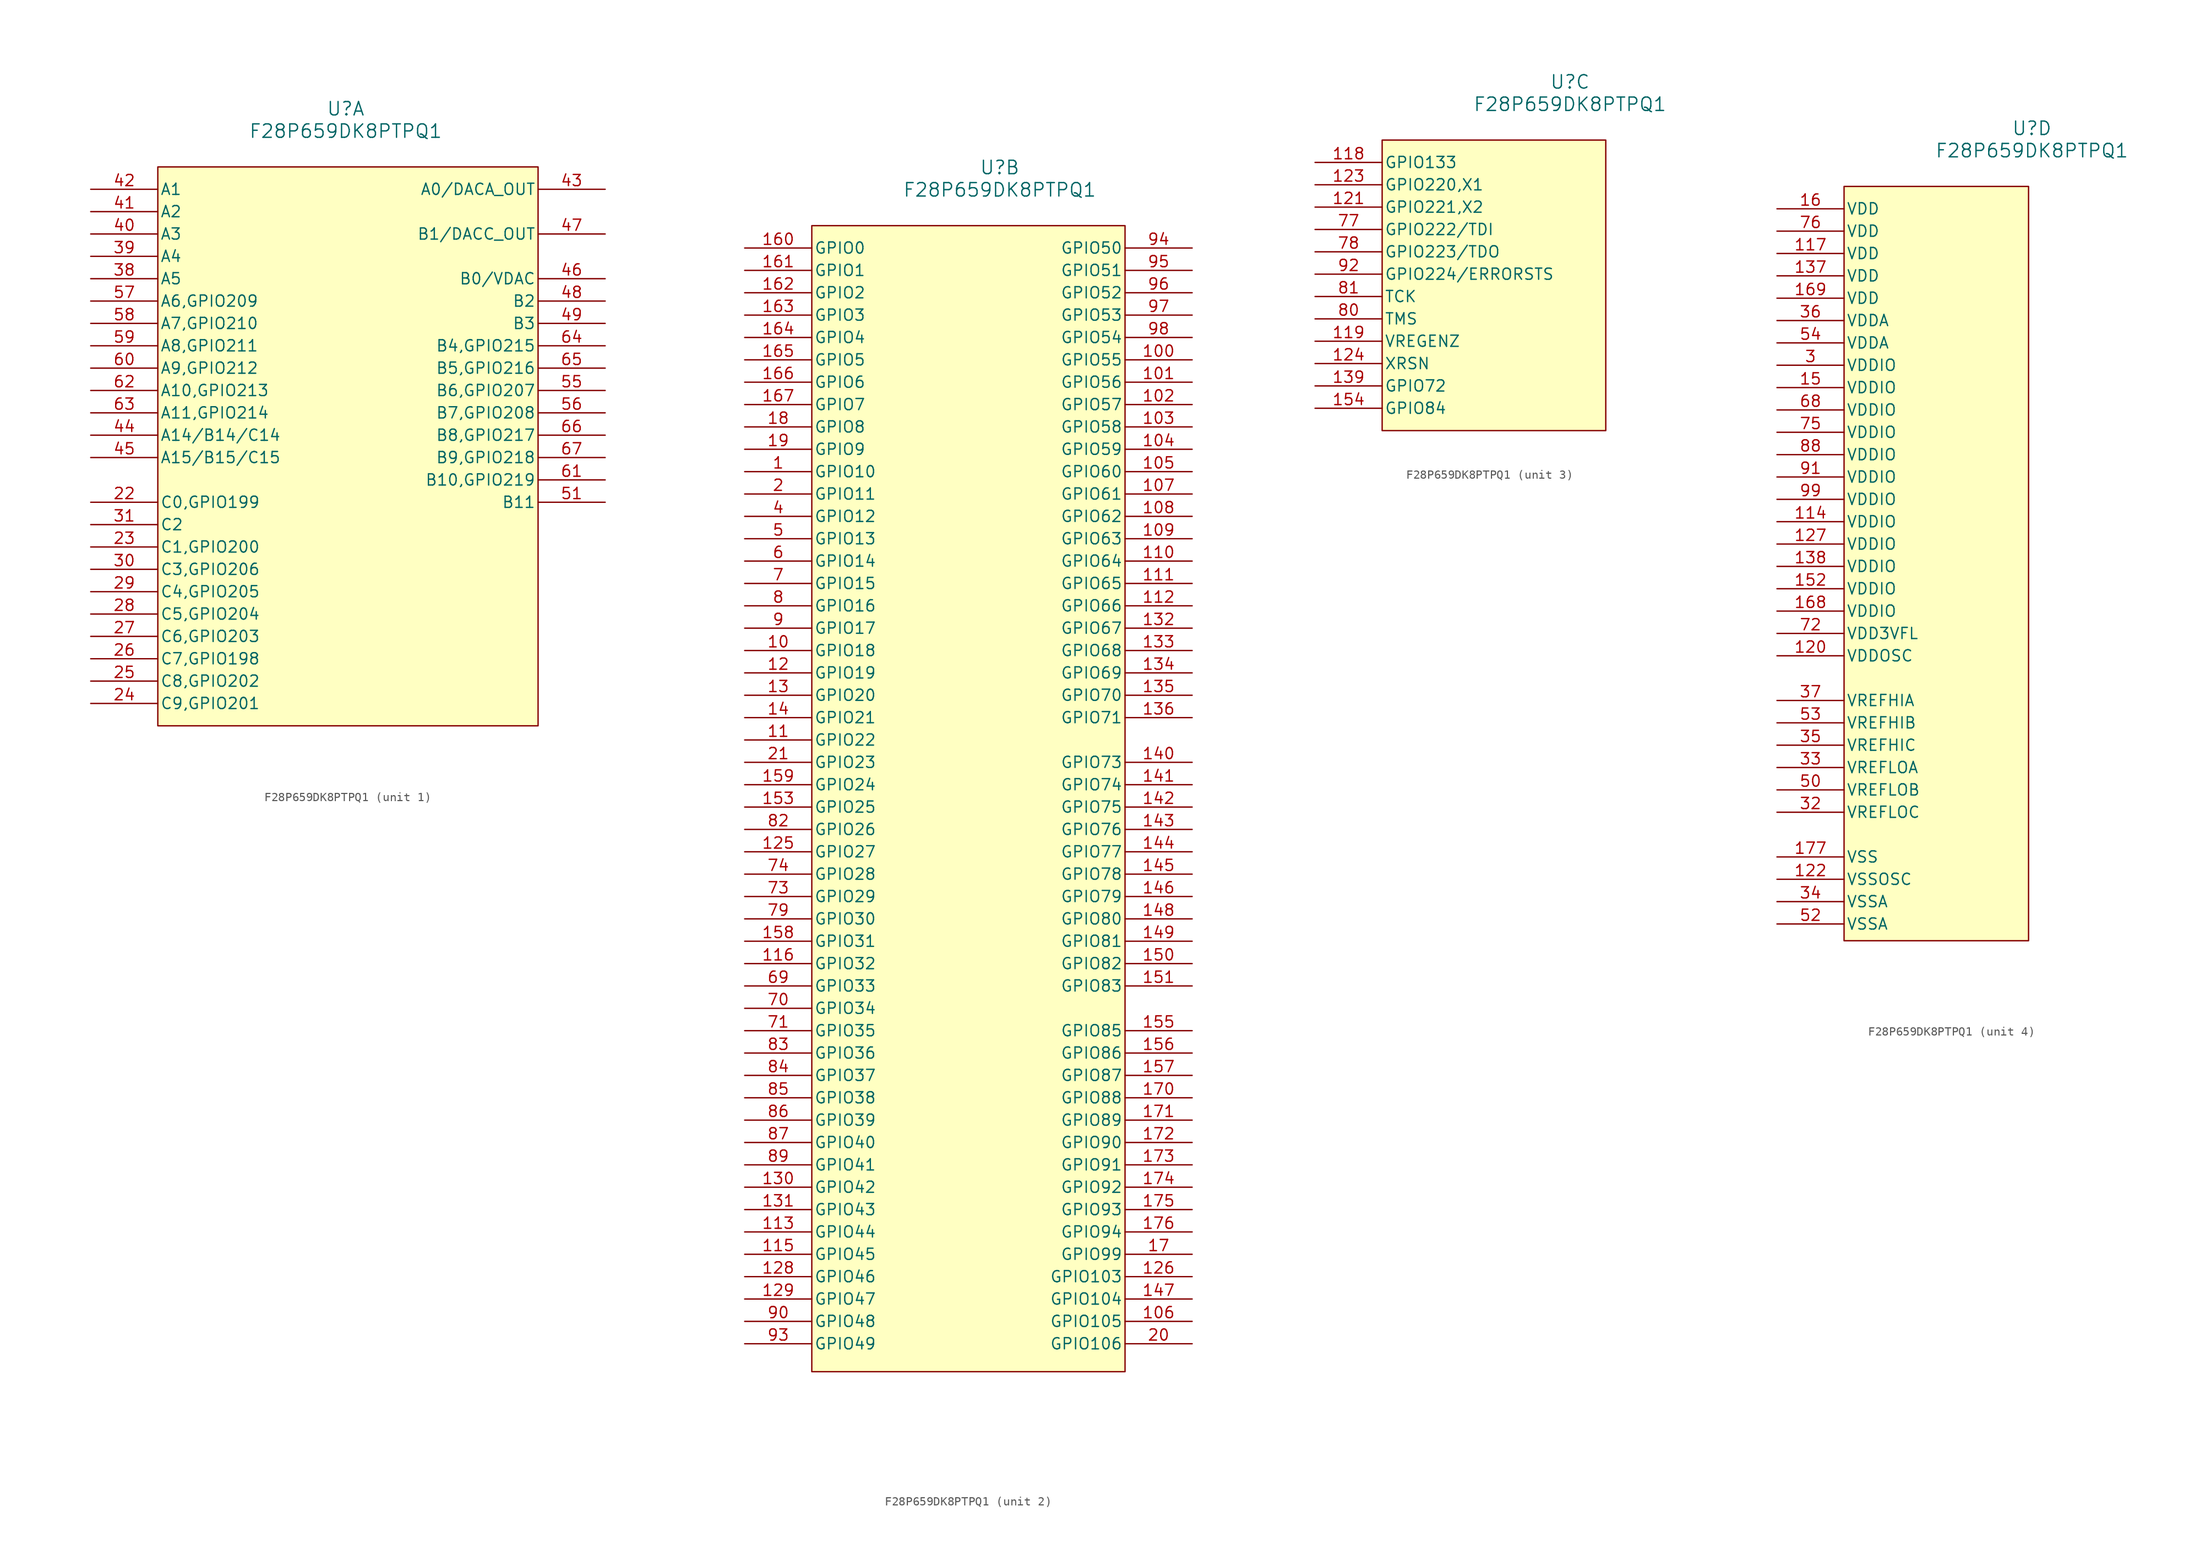
<source format=kicad_sym>
(kicad_symbol_lib
  (version 20231120)
  (generator "kicad_symbol_editor")
  (generator_version "8.0")
  (symbol "F28P659DK8PTPQ1"
    (pin_names
      (offset 0.254))
    (property "Reference" "U"
      (at 28.956 9.144 0)
      (effects (font (size 1.524 1.524))))
    (property "Value" "F28P659DK8PTPQ1"
      (at 28.956 6.604 0)
      (effects (font (size 1.524 1.524))))
    (property "ki_locked" ""
      (at 0 0 0)
      (effects (font (size 1.27 1.27))))
    (symbol "F28P659DK8PTPQ1_1_1"
      (rectangle (start 7.62 2.54) (end 50.8 -60.96) (stroke (width 0) (type default)) (fill (type background)))
      (pin bidirectional line (at 0 -35.56 0) (length 7.62) (name "C0,GPIO199" (effects (font (size 1.27 1.27)))) (number "22" (effects (font (size 1.27 1.27)))))
      (pin bidirectional line (at 0 -40.64 0) (length 7.62) (name "C1,GPIO200" (effects (font (size 1.27 1.27)))) (number "23" (effects (font (size 1.27 1.27)))))
      (pin bidirectional line (at 0 -58.42 0) (length 7.62) (name "C9,GPIO201" (effects (font (size 1.27 1.27)))) (number "24" (effects (font (size 1.27 1.27)))))
      (pin bidirectional line (at 0 -55.88 0) (length 7.62) (name "C8,GPIO202" (effects (font (size 1.27 1.27)))) (number "25" (effects (font (size 1.27 1.27)))))
      (pin bidirectional line (at 0 -53.34 0) (length 7.62) (name "C7,GPIO198" (effects (font (size 1.27 1.27)))) (number "26" (effects (font (size 1.27 1.27)))))
      (pin bidirectional line (at 0 -50.8 0) (length 7.62) (name "C6,GPIO203" (effects (font (size 1.27 1.27)))) (number "27" (effects (font (size 1.27 1.27)))))
      (pin bidirectional line (at 0 -48.26 0) (length 7.62) (name "C5,GPIO204" (effects (font (size 1.27 1.27)))) (number "28" (effects (font (size 1.27 1.27)))))
      (pin bidirectional line (at 0 -45.72 0) (length 7.62) (name "C4,GPIO205" (effects (font (size 1.27 1.27)))) (number "29" (effects (font (size 1.27 1.27)))))
      (pin bidirectional line (at 0 -43.18 0) (length 7.62) (name "C3,GPIO206" (effects (font (size 1.27 1.27)))) (number "30" (effects (font (size 1.27 1.27)))))
      (pin bidirectional line (at 0 -38.1 0) (length 7.62) (name "C2" (effects (font (size 1.27 1.27)))) (number "31" (effects (font (size 1.27 1.27)))))
      (pin bidirectional line (at 0 -10.16 0) (length 7.62) (name "A5" (effects (font (size 1.27 1.27)))) (number "38" (effects (font (size 1.27 1.27)))))
      (pin bidirectional line (at 0 -7.62 0) (length 7.62) (name "A4" (effects (font (size 1.27 1.27)))) (number "39" (effects (font (size 1.27 1.27)))))
      (pin bidirectional line (at 0 -5.08 0) (length 7.62) (name "A3" (effects (font (size 1.27 1.27)))) (number "40" (effects (font (size 1.27 1.27)))))
      (pin bidirectional line (at 0 -2.54 0) (length 7.62) (name "A2" (effects (font (size 1.27 1.27)))) (number "41" (effects (font (size 1.27 1.27)))))
      (pin bidirectional line (at 0 0 0) (length 7.62) (name "A1" (effects (font (size 1.27 1.27)))) (number "42" (effects (font (size 1.27 1.27)))))
      (pin bidirectional line (at 58.42 0 180) (length 7.62) (name "A0/DACA_OUT" (effects (font (size 1.27 1.27)))) (number "43" (effects (font (size 1.27 1.27)))))
      (pin bidirectional line (at 0 -27.94 0) (length 7.62) (name "A14/B14/C14" (effects (font (size 1.27 1.27)))) (number "44" (effects (font (size 1.27 1.27)))))
      (pin bidirectional line (at 0 -30.48 0) (length 7.62) (name "A15/B15/C15" (effects (font (size 1.27 1.27)))) (number "45" (effects (font (size 1.27 1.27)))))
      (pin bidirectional line (at 58.42 -10.16 180) (length 7.62) (name "B0/VDAC" (effects (font (size 1.27 1.27)))) (number "46" (effects (font (size 1.27 1.27)))))
      (pin bidirectional line (at 58.42 -5.08 180) (length 7.62) (name "B1/DACC_OUT" (effects (font (size 1.27 1.27)))) (number "47" (effects (font (size 1.27 1.27)))))
      (pin bidirectional line (at 58.42 -12.7 180) (length 7.62) (name "B2" (effects (font (size 1.27 1.27)))) (number "48" (effects (font (size 1.27 1.27)))))
      (pin bidirectional line (at 58.42 -15.24 180) (length 7.62) (name "B3" (effects (font (size 1.27 1.27)))) (number "49" (effects (font (size 1.27 1.27)))))
      (pin bidirectional line (at 58.42 -35.56 180) (length 7.62) (name "B11" (effects (font (size 1.27 1.27)))) (number "51" (effects (font (size 1.27 1.27)))))
      (pin bidirectional line (at 58.42 -22.86 180) (length 7.62) (name "B6,GPIO207" (effects (font (size 1.27 1.27)))) (number "55" (effects (font (size 1.27 1.27)))))
      (pin bidirectional line (at 58.42 -25.4 180) (length 7.62) (name "B7,GPIO208" (effects (font (size 1.27 1.27)))) (number "56" (effects (font (size 1.27 1.27)))))
      (pin bidirectional line (at 0 -12.7 0) (length 7.62) (name "A6,GPIO209" (effects (font (size 1.27 1.27)))) (number "57" (effects (font (size 1.27 1.27)))))
      (pin bidirectional line (at 0 -15.24 0) (length 7.62) (name "A7,GPIO210" (effects (font (size 1.27 1.27)))) (number "58" (effects (font (size 1.27 1.27)))))
      (pin bidirectional line (at 0 -17.78 0) (length 7.62) (name "A8,GPIO211" (effects (font (size 1.27 1.27)))) (number "59" (effects (font (size 1.27 1.27)))))
      (pin bidirectional line (at 0 -20.32 0) (length 7.62) (name "A9,GPIO212" (effects (font (size 1.27 1.27)))) (number "60" (effects (font (size 1.27 1.27)))))
      (pin bidirectional line (at 58.42 -33.02 180) (length 7.62) (name "B10,GPIO219" (effects (font (size 1.27 1.27)))) (number "61" (effects (font (size 1.27 1.27)))))
      (pin bidirectional line (at 0 -22.86 0) (length 7.62) (name "A10,GPIO213" (effects (font (size 1.27 1.27)))) (number "62" (effects (font (size 1.27 1.27)))))
      (pin bidirectional line (at 0 -25.4 0) (length 7.62) (name "A11,GPIO214" (effects (font (size 1.27 1.27)))) (number "63" (effects (font (size 1.27 1.27)))))
      (pin bidirectional line (at 58.42 -17.78 180) (length 7.62) (name "B4,GPIO215" (effects (font (size 1.27 1.27)))) (number "64" (effects (font (size 1.27 1.27)))))
      (pin bidirectional line (at 58.42 -20.32 180) (length 7.62) (name "B5,GPIO216" (effects (font (size 1.27 1.27)))) (number "65" (effects (font (size 1.27 1.27)))))
      (pin bidirectional line (at 58.42 -27.94 180) (length 7.62) (name "B8,GPIO217" (effects (font (size 1.27 1.27)))) (number "66" (effects (font (size 1.27 1.27)))))
      (pin bidirectional line (at 58.42 -30.48 180) (length 7.62) (name "B9,GPIO218" (effects (font (size 1.27 1.27)))) (number "67" (effects (font (size 1.27 1.27))))))
    (symbol "F28P659DK8PTPQ1_2_1"
      (rectangle (start 7.62 2.54) (end 43.18 -127.635) (stroke (width 0) (type default)) (fill (type background)))
      (pin bidirectional line (at 0 -25.4 0) (length 7.62) (name "GPIO10" (effects (font (size 1.27 1.27)))) (number "1" (effects (font (size 1.27 1.27)))))
      (pin bidirectional line (at 0 -45.72 0) (length 7.62) (name "GPIO18" (effects (font (size 1.27 1.27)))) (number "10" (effects (font (size 1.27 1.27)))))
      (pin bidirectional line (at 50.8 -12.7 180) (length 7.62) (name "GPIO55" (effects (font (size 1.27 1.27)))) (number "100" (effects (font (size 1.27 1.27)))))
      (pin bidirectional line (at 50.8 -15.24 180) (length 7.62) (name "GPIO56" (effects (font (size 1.27 1.27)))) (number "101" (effects (font (size 1.27 1.27)))))
      (pin bidirectional line (at 50.8 -17.78 180) (length 7.62) (name "GPIO57" (effects (font (size 1.27 1.27)))) (number "102" (effects (font (size 1.27 1.27)))))
      (pin bidirectional line (at 50.8 -20.32 180) (length 7.62) (name "GPIO58" (effects (font (size 1.27 1.27)))) (number "103" (effects (font (size 1.27 1.27)))))
      (pin bidirectional line (at 50.8 -22.86 180) (length 7.62) (name "GPIO59" (effects (font (size 1.27 1.27)))) (number "104" (effects (font (size 1.27 1.27)))))
      (pin bidirectional line (at 50.8 -25.4 180) (length 7.62) (name "GPIO60" (effects (font (size 1.27 1.27)))) (number "105" (effects (font (size 1.27 1.27)))))
      (pin bidirectional line (at 50.8 -121.92 180) (length 7.62) (name "GPIO105" (effects (font (size 1.27 1.27)))) (number "106" (effects (font (size 1.27 1.27)))))
      (pin bidirectional line (at 50.8 -27.94 180) (length 7.62) (name "GPIO61" (effects (font (size 1.27 1.27)))) (number "107" (effects (font (size 1.27 1.27)))))
      (pin bidirectional line (at 50.8 -30.48 180) (length 7.62) (name "GPIO62" (effects (font (size 1.27 1.27)))) (number "108" (effects (font (size 1.27 1.27)))))
      (pin bidirectional line (at 50.8 -33.02 180) (length 7.62) (name "GPIO63" (effects (font (size 1.27 1.27)))) (number "109" (effects (font (size 1.27 1.27)))))
      (pin bidirectional line (at 0 -55.88 0) (length 7.62) (name "GPIO22" (effects (font (size 1.27 1.27)))) (number "11" (effects (font (size 1.27 1.27)))))
      (pin bidirectional line (at 50.8 -35.56 180) (length 7.62) (name "GPIO64" (effects (font (size 1.27 1.27)))) (number "110" (effects (font (size 1.27 1.27)))))
      (pin bidirectional line (at 50.8 -38.1 180) (length 7.62) (name "GPIO65" (effects (font (size 1.27 1.27)))) (number "111" (effects (font (size 1.27 1.27)))))
      (pin bidirectional line (at 50.8 -40.64 180) (length 7.62) (name "GPIO66" (effects (font (size 1.27 1.27)))) (number "112" (effects (font (size 1.27 1.27)))))
      (pin bidirectional line (at 0 -111.76 0) (length 7.62) (name "GPIO44" (effects (font (size 1.27 1.27)))) (number "113" (effects (font (size 1.27 1.27)))))
      (pin bidirectional line (at 0 -114.3 0) (length 7.62) (name "GPIO45" (effects (font (size 1.27 1.27)))) (number "115" (effects (font (size 1.27 1.27)))))
      (pin bidirectional line (at 0 -81.28 0) (length 7.62) (name "GPIO32" (effects (font (size 1.27 1.27)))) (number "116" (effects (font (size 1.27 1.27)))))
      (pin bidirectional line (at 0 -48.26 0) (length 7.62) (name "GPIO19" (effects (font (size 1.27 1.27)))) (number "12" (effects (font (size 1.27 1.27)))))
      (pin bidirectional line (at 0 -68.58 0) (length 7.62) (name "GPIO27" (effects (font (size 1.27 1.27)))) (number "125" (effects (font (size 1.27 1.27)))))
      (pin bidirectional line (at 50.8 -116.84 180) (length 7.62) (name "GPIO103" (effects (font (size 1.27 1.27)))) (number "126" (effects (font (size 1.27 1.27)))))
      (pin bidirectional line (at 0 -116.84 0) (length 7.62) (name "GPIO46" (effects (font (size 1.27 1.27)))) (number "128" (effects (font (size 1.27 1.27)))))
      (pin bidirectional line (at 0 -119.38 0) (length 7.62) (name "GPIO47" (effects (font (size 1.27 1.27)))) (number "129" (effects (font (size 1.27 1.27)))))
      (pin bidirectional line (at 0 -50.8 0) (length 7.62) (name "GPIO20" (effects (font (size 1.27 1.27)))) (number "13" (effects (font (size 1.27 1.27)))))
      (pin bidirectional line (at 0 -106.68 0) (length 7.62) (name "GPIO42" (effects (font (size 1.27 1.27)))) (number "130" (effects (font (size 1.27 1.27)))))
      (pin bidirectional line (at 0 -109.22 0) (length 7.62) (name "GPIO43" (effects (font (size 1.27 1.27)))) (number "131" (effects (font (size 1.27 1.27)))))
      (pin bidirectional line (at 50.8 -43.18 180) (length 7.62) (name "GPIO67" (effects (font (size 1.27 1.27)))) (number "132" (effects (font (size 1.27 1.27)))))
      (pin bidirectional line (at 50.8 -45.72 180) (length 7.62) (name "GPIO68" (effects (font (size 1.27 1.27)))) (number "133" (effects (font (size 1.27 1.27)))))
      (pin bidirectional line (at 50.8 -48.26 180) (length 7.62) (name "GPIO69" (effects (font (size 1.27 1.27)))) (number "134" (effects (font (size 1.27 1.27)))))
      (pin bidirectional line (at 50.8 -50.8 180) (length 7.62) (name "GPIO70" (effects (font (size 1.27 1.27)))) (number "135" (effects (font (size 1.27 1.27)))))
      (pin bidirectional line (at 50.8 -53.34 180) (length 7.62) (name "GPIO71" (effects (font (size 1.27 1.27)))) (number "136" (effects (font (size 1.27 1.27)))))
      (pin bidirectional line (at 0 -53.34 0) (length 7.62) (name "GPIO21" (effects (font (size 1.27 1.27)))) (number "14" (effects (font (size 1.27 1.27)))))
      (pin bidirectional line (at 50.8 -58.42 180) (length 7.62) (name "GPIO73" (effects (font (size 1.27 1.27)))) (number "140" (effects (font (size 1.27 1.27)))))
      (pin bidirectional line (at 50.8 -60.96 180) (length 7.62) (name "GPIO74" (effects (font (size 1.27 1.27)))) (number "141" (effects (font (size 1.27 1.27)))))
      (pin bidirectional line (at 50.8 -63.5 180) (length 7.62) (name "GPIO75" (effects (font (size 1.27 1.27)))) (number "142" (effects (font (size 1.27 1.27)))))
      (pin bidirectional line (at 50.8 -66.04 180) (length 7.62) (name "GPIO76" (effects (font (size 1.27 1.27)))) (number "143" (effects (font (size 1.27 1.27)))))
      (pin bidirectional line (at 50.8 -68.58 180) (length 7.62) (name "GPIO77" (effects (font (size 1.27 1.27)))) (number "144" (effects (font (size 1.27 1.27)))))
      (pin bidirectional line (at 50.8 -71.12 180) (length 7.62) (name "GPIO78" (effects (font (size 1.27 1.27)))) (number "145" (effects (font (size 1.27 1.27)))))
      (pin bidirectional line (at 50.8 -73.66 180) (length 7.62) (name "GPIO79" (effects (font (size 1.27 1.27)))) (number "146" (effects (font (size 1.27 1.27)))))
      (pin bidirectional line (at 50.8 -119.38 180) (length 7.62) (name "GPIO104" (effects (font (size 1.27 1.27)))) (number "147" (effects (font (size 1.27 1.27)))))
      (pin bidirectional line (at 50.8 -76.2 180) (length 7.62) (name "GPIO80" (effects (font (size 1.27 1.27)))) (number "148" (effects (font (size 1.27 1.27)))))
      (pin bidirectional line (at 50.8 -78.74 180) (length 7.62) (name "GPIO81" (effects (font (size 1.27 1.27)))) (number "149" (effects (font (size 1.27 1.27)))))
      (pin bidirectional line (at 50.8 -81.28 180) (length 7.62) (name "GPIO82" (effects (font (size 1.27 1.27)))) (number "150" (effects (font (size 1.27 1.27)))))
      (pin bidirectional line (at 50.8 -83.82 180) (length 7.62) (name "GPIO83" (effects (font (size 1.27 1.27)))) (number "151" (effects (font (size 1.27 1.27)))))
      (pin bidirectional line (at 0 -63.5 0) (length 7.62) (name "GPIO25" (effects (font (size 1.27 1.27)))) (number "153" (effects (font (size 1.27 1.27)))))
      (pin bidirectional line (at 50.8 -88.9 180) (length 7.62) (name "GPIO85" (effects (font (size 1.27 1.27)))) (number "155" (effects (font (size 1.27 1.27)))))
      (pin bidirectional line (at 50.8 -91.44 180) (length 7.62) (name "GPIO86" (effects (font (size 1.27 1.27)))) (number "156" (effects (font (size 1.27 1.27)))))
      (pin bidirectional line (at 50.8 -93.98 180) (length 7.62) (name "GPIO87" (effects (font (size 1.27 1.27)))) (number "157" (effects (font (size 1.27 1.27)))))
      (pin bidirectional line (at 0 -78.74 0) (length 7.62) (name "GPIO31" (effects (font (size 1.27 1.27)))) (number "158" (effects (font (size 1.27 1.27)))))
      (pin bidirectional line (at 0 -60.96 0) (length 7.62) (name "GPIO24" (effects (font (size 1.27 1.27)))) (number "159" (effects (font (size 1.27 1.27)))))
      (pin bidirectional line (at 0 0 0) (length 7.62) (name "GPIO0" (effects (font (size 1.27 1.27)))) (number "160" (effects (font (size 1.27 1.27)))))
      (pin bidirectional line (at 0 -2.54 0) (length 7.62) (name "GPIO1" (effects (font (size 1.27 1.27)))) (number "161" (effects (font (size 1.27 1.27)))))
      (pin bidirectional line (at 0 -5.08 0) (length 7.62) (name "GPIO2" (effects (font (size 1.27 1.27)))) (number "162" (effects (font (size 1.27 1.27)))))
      (pin bidirectional line (at 0 -7.62 0) (length 7.62) (name "GPIO3" (effects (font (size 1.27 1.27)))) (number "163" (effects (font (size 1.27 1.27)))))
      (pin bidirectional line (at 0 -10.16 0) (length 7.62) (name "GPIO4" (effects (font (size 1.27 1.27)))) (number "164" (effects (font (size 1.27 1.27)))))
      (pin bidirectional line (at 0 -12.7 0) (length 7.62) (name "GPIO5" (effects (font (size 1.27 1.27)))) (number "165" (effects (font (size 1.27 1.27)))))
      (pin bidirectional line (at 0 -15.24 0) (length 7.62) (name "GPIO6" (effects (font (size 1.27 1.27)))) (number "166" (effects (font (size 1.27 1.27)))))
      (pin bidirectional line (at 0 -17.78 0) (length 7.62) (name "GPIO7" (effects (font (size 1.27 1.27)))) (number "167" (effects (font (size 1.27 1.27)))))
      (pin bidirectional line (at 50.8 -114.3 180) (length 7.62) (name "GPIO99" (effects (font (size 1.27 1.27)))) (number "17" (effects (font (size 1.27 1.27)))))
      (pin bidirectional line (at 50.8 -96.52 180) (length 7.62) (name "GPIO88" (effects (font (size 1.27 1.27)))) (number "170" (effects (font (size 1.27 1.27)))))
      (pin bidirectional line (at 50.8 -99.06 180) (length 7.62) (name "GPIO89" (effects (font (size 1.27 1.27)))) (number "171" (effects (font (size 1.27 1.27)))))
      (pin bidirectional line (at 50.8 -101.6 180) (length 7.62) (name "GPIO90" (effects (font (size 1.27 1.27)))) (number "172" (effects (font (size 1.27 1.27)))))
      (pin bidirectional line (at 50.8 -104.14 180) (length 7.62) (name "GPIO91" (effects (font (size 1.27 1.27)))) (number "173" (effects (font (size 1.27 1.27)))))
      (pin bidirectional line (at 50.8 -106.68 180) (length 7.62) (name "GPIO92" (effects (font (size 1.27 1.27)))) (number "174" (effects (font (size 1.27 1.27)))))
      (pin bidirectional line (at 50.8 -109.22 180) (length 7.62) (name "GPIO93" (effects (font (size 1.27 1.27)))) (number "175" (effects (font (size 1.27 1.27)))))
      (pin bidirectional line (at 50.8 -111.76 180) (length 7.62) (name "GPIO94" (effects (font (size 1.27 1.27)))) (number "176" (effects (font (size 1.27 1.27)))))
      (pin bidirectional line (at 0 -20.32 0) (length 7.62) (name "GPIO8" (effects (font (size 1.27 1.27)))) (number "18" (effects (font (size 1.27 1.27)))))
      (pin bidirectional line (at 0 -22.86 0) (length 7.62) (name "GPIO9" (effects (font (size 1.27 1.27)))) (number "19" (effects (font (size 1.27 1.27)))))
      (pin bidirectional line (at 0 -27.94 0) (length 7.62) (name "GPIO11" (effects (font (size 1.27 1.27)))) (number "2" (effects (font (size 1.27 1.27)))))
      (pin bidirectional line (at 50.8 -124.46 180) (length 7.62) (name "GPIO106" (effects (font (size 1.27 1.27)))) (number "20" (effects (font (size 1.27 1.27)))))
      (pin bidirectional line (at 0 -58.42 0) (length 7.62) (name "GPIO23" (effects (font (size 1.27 1.27)))) (number "21" (effects (font (size 1.27 1.27)))))
      (pin bidirectional line (at 0 -30.48 0) (length 7.62) (name "GPIO12" (effects (font (size 1.27 1.27)))) (number "4" (effects (font (size 1.27 1.27)))))
      (pin bidirectional line (at 0 -33.02 0) (length 7.62) (name "GPIO13" (effects (font (size 1.27 1.27)))) (number "5" (effects (font (size 1.27 1.27)))))
      (pin bidirectional line (at 0 -35.56 0) (length 7.62) (name "GPIO14" (effects (font (size 1.27 1.27)))) (number "6" (effects (font (size 1.27 1.27)))))
      (pin bidirectional line (at 0 -83.82 0) (length 7.62) (name "GPIO33" (effects (font (size 1.27 1.27)))) (number "69" (effects (font (size 1.27 1.27)))))
      (pin bidirectional line (at 0 -38.1 0) (length 7.62) (name "GPIO15" (effects (font (size 1.27 1.27)))) (number "7" (effects (font (size 1.27 1.27)))))
      (pin bidirectional line (at 0 -86.36 0) (length 7.62) (name "GPIO34" (effects (font (size 1.27 1.27)))) (number "70" (effects (font (size 1.27 1.27)))))
      (pin bidirectional line (at 0 -88.9 0) (length 7.62) (name "GPIO35" (effects (font (size 1.27 1.27)))) (number "71" (effects (font (size 1.27 1.27)))))
      (pin bidirectional line (at 0 -73.66 0) (length 7.62) (name "GPIO29" (effects (font (size 1.27 1.27)))) (number "73" (effects (font (size 1.27 1.27)))))
      (pin bidirectional line (at 0 -71.12 0) (length 7.62) (name "GPIO28" (effects (font (size 1.27 1.27)))) (number "74" (effects (font (size 1.27 1.27)))))
      (pin bidirectional line (at 0 -76.2 0) (length 7.62) (name "GPIO30" (effects (font (size 1.27 1.27)))) (number "79" (effects (font (size 1.27 1.27)))))
      (pin bidirectional line (at 0 -40.64 0) (length 7.62) (name "GPIO16" (effects (font (size 1.27 1.27)))) (number "8" (effects (font (size 1.27 1.27)))))
      (pin bidirectional line (at 0 -66.04 0) (length 7.62) (name "GPIO26" (effects (font (size 1.27 1.27)))) (number "82" (effects (font (size 1.27 1.27)))))
      (pin bidirectional line (at 0 -91.44 0) (length 7.62) (name "GPIO36" (effects (font (size 1.27 1.27)))) (number "83" (effects (font (size 1.27 1.27)))))
      (pin bidirectional line (at 0 -93.98 0) (length 7.62) (name "GPIO37" (effects (font (size 1.27 1.27)))) (number "84" (effects (font (size 1.27 1.27)))))
      (pin bidirectional line (at 0 -96.52 0) (length 7.62) (name "GPIO38" (effects (font (size 1.27 1.27)))) (number "85" (effects (font (size 1.27 1.27)))))
      (pin bidirectional line (at 0 -99.06 0) (length 7.62) (name "GPIO39" (effects (font (size 1.27 1.27)))) (number "86" (effects (font (size 1.27 1.27)))))
      (pin bidirectional line (at 0 -101.6 0) (length 7.62) (name "GPIO40" (effects (font (size 1.27 1.27)))) (number "87" (effects (font (size 1.27 1.27)))))
      (pin bidirectional line (at 0 -104.14 0) (length 7.62) (name "GPIO41" (effects (font (size 1.27 1.27)))) (number "89" (effects (font (size 1.27 1.27)))))
      (pin bidirectional line (at 0 -43.18 0) (length 7.62) (name "GPIO17" (effects (font (size 1.27 1.27)))) (number "9" (effects (font (size 1.27 1.27)))))
      (pin bidirectional line (at 0 -121.92 0) (length 7.62) (name "GPIO48" (effects (font (size 1.27 1.27)))) (number "90" (effects (font (size 1.27 1.27)))))
      (pin bidirectional line (at 0 -124.46 0) (length 7.62) (name "GPIO49" (effects (font (size 1.27 1.27)))) (number "93" (effects (font (size 1.27 1.27)))))
      (pin bidirectional line (at 50.8 0 180) (length 7.62) (name "GPIO50" (effects (font (size 1.27 1.27)))) (number "94" (effects (font (size 1.27 1.27)))))
      (pin bidirectional line (at 50.8 -2.54 180) (length 7.62) (name "GPIO51" (effects (font (size 1.27 1.27)))) (number "95" (effects (font (size 1.27 1.27)))))
      (pin bidirectional line (at 50.8 -5.08 180) (length 7.62) (name "GPIO52" (effects (font (size 1.27 1.27)))) (number "96" (effects (font (size 1.27 1.27)))))
      (pin bidirectional line (at 50.8 -7.62 180) (length 7.62) (name "GPIO53" (effects (font (size 1.27 1.27)))) (number "97" (effects (font (size 1.27 1.27)))))
      (pin bidirectional line (at 50.8 -10.16 180) (length 7.62) (name "GPIO54" (effects (font (size 1.27 1.27)))) (number "98" (effects (font (size 1.27 1.27))))))
    (symbol "F28P659DK8PTPQ1_3_1"
      (rectangle (start 7.62 2.54) (end 33.02 -30.48) (stroke (width 0) (type default)) (fill (type background)))
      (pin bidirectional line (at 0 0 0) (length 7.62) (name "GPIO133" (effects (font (size 1.27 1.27)))) (number "118" (effects (font (size 1.27 1.27)))))
      (pin bidirectional line (at 0 -20.32 0) (length 7.62) (name "VREGENZ" (effects (font (size 1.27 1.27)))) (number "119" (effects (font (size 1.27 1.27)))))
      (pin bidirectional line (at 0 -5.08 0) (length 7.62) (name "GPIO221,X2" (effects (font (size 1.27 1.27)))) (number "121" (effects (font (size 1.27 1.27)))))
      (pin bidirectional line (at 0 -2.54 0) (length 7.62) (name "GPIO220,X1" (effects (font (size 1.27 1.27)))) (number "123" (effects (font (size 1.27 1.27)))))
      (pin bidirectional line (at 0 -22.86 0) (length 7.62) (name "XRSN" (effects (font (size 1.27 1.27)))) (number "124" (effects (font (size 1.27 1.27)))))
      (pin bidirectional line (at 0 -25.4 0) (length 7.62) (name "GPIO72" (effects (font (size 1.27 1.27)))) (number "139" (effects (font (size 1.27 1.27)))))
      (pin bidirectional line (at 0 -27.94 0) (length 7.62) (name "GPIO84" (effects (font (size 1.27 1.27)))) (number "154" (effects (font (size 1.27 1.27)))))
      (pin bidirectional line (at 0 -7.62 0) (length 7.62) (name "GPIO222/TDI" (effects (font (size 1.27 1.27)))) (number "77" (effects (font (size 1.27 1.27)))))
      (pin bidirectional line (at 0 -10.16 0) (length 7.62) (name "GPIO223/TDO" (effects (font (size 1.27 1.27)))) (number "78" (effects (font (size 1.27 1.27)))))
      (pin bidirectional line (at 0 -17.78 0) (length 7.62) (name "TMS" (effects (font (size 1.27 1.27)))) (number "80" (effects (font (size 1.27 1.27)))))
      (pin bidirectional line (at 0 -15.24 0) (length 7.62) (name "TCK" (effects (font (size 1.27 1.27)))) (number "81" (effects (font (size 1.27 1.27)))))
      (pin bidirectional line (at 0 -12.7 0) (length 7.62) (name "GPIO224/ERRORSTS" (effects (font (size 1.27 1.27)))) (number "92" (effects (font (size 1.27 1.27))))))
    (symbol "F28P659DK8PTPQ1_4_1"
      (rectangle (start 7.62 2.54) (end 28.575 -83.185) (stroke (width 0) (type default)) (fill (type background)))
      (pin power_in line (at 0 -35.56 0) (length 7.62) (name "VDDIO" (effects (font (size 1.27 1.27)))) (number "114" (effects (font (size 1.27 1.27)))))
      (pin power_in line (at 0 -5.08 0) (length 7.62) (name "VDD" (effects (font (size 1.27 1.27)))) (number "117" (effects (font (size 1.27 1.27)))))
      (pin power_in line (at 0 -50.8 0) (length 7.62) (name "VDDOSC" (effects (font (size 1.27 1.27)))) (number "120" (effects (font (size 1.27 1.27)))))
      (pin input line (at 0 -76.2 0) (length 7.62) (name "VSSOSC" (effects (font (size 1.27 1.27)))) (number "122" (effects (font (size 1.27 1.27)))))
      (pin power_in line (at 0 -38.1 0) (length 7.62) (name "VDDIO" (effects (font (size 1.27 1.27)))) (number "127" (effects (font (size 1.27 1.27)))))
      (pin power_in line (at 0 -7.62 0) (length 7.62) (name "VDD" (effects (font (size 1.27 1.27)))) (number "137" (effects (font (size 1.27 1.27)))))
      (pin power_in line (at 0 -40.64 0) (length 7.62) (name "VDDIO" (effects (font (size 1.27 1.27)))) (number "138" (effects (font (size 1.27 1.27)))))
      (pin power_in line (at 0 -20.32 0) (length 7.62) (name "VDDIO" (effects (font (size 1.27 1.27)))) (number "15" (effects (font (size 1.27 1.27)))))
      (pin power_in line (at 0 -43.18 0) (length 7.62) (name "VDDIO" (effects (font (size 1.27 1.27)))) (number "152" (effects (font (size 1.27 1.27)))))
      (pin power_in line (at 0 0 0) (length 7.62) (name "VDD" (effects (font (size 1.27 1.27)))) (number "16" (effects (font (size 1.27 1.27)))))
      (pin power_in line (at 0 -45.72 0) (length 7.62) (name "VDDIO" (effects (font (size 1.27 1.27)))) (number "168" (effects (font (size 1.27 1.27)))))
      (pin power_in line (at 0 -10.16 0) (length 7.62) (name "VDD" (effects (font (size 1.27 1.27)))) (number "169" (effects (font (size 1.27 1.27)))))
      (pin input line (at 0 -73.66 0) (length 7.62) (name "VSS" (effects (font (size 1.27 1.27)))) (number "177" (effects (font (size 1.27 1.27)))))
      (pin power_in line (at 0 -17.78 0) (length 7.62) (name "VDDIO" (effects (font (size 1.27 1.27)))) (number "3" (effects (font (size 1.27 1.27)))))
      (pin power_in line (at 0 -68.58 0) (length 7.62) (name "VREFLOC" (effects (font (size 1.27 1.27)))) (number "32" (effects (font (size 1.27 1.27)))))
      (pin power_in line (at 0 -63.5 0) (length 7.62) (name "VREFLOA" (effects (font (size 1.27 1.27)))) (number "33" (effects (font (size 1.27 1.27)))))
      (pin input line (at 0 -78.74 0) (length 7.62) (name "VSSA" (effects (font (size 1.27 1.27)))) (number "34" (effects (font (size 1.27 1.27)))))
      (pin power_in line (at 0 -60.96 0) (length 7.62) (name "VREFHIC" (effects (font (size 1.27 1.27)))) (number "35" (effects (font (size 1.27 1.27)))))
      (pin power_in line (at 0 -12.7 0) (length 7.62) (name "VDDA" (effects (font (size 1.27 1.27)))) (number "36" (effects (font (size 1.27 1.27)))))
      (pin power_in line (at 0 -55.88 0) (length 7.62) (name "VREFHIA" (effects (font (size 1.27 1.27)))) (number "37" (effects (font (size 1.27 1.27)))))
      (pin power_in line (at 0 -66.04 0) (length 7.62) (name "VREFLOB" (effects (font (size 1.27 1.27)))) (number "50" (effects (font (size 1.27 1.27)))))
      (pin input line (at 0 -81.28 0) (length 7.62) (name "VSSA" (effects (font (size 1.27 1.27)))) (number "52" (effects (font (size 1.27 1.27)))))
      (pin power_in line (at 0 -58.42 0) (length 7.62) (name "VREFHIB" (effects (font (size 1.27 1.27)))) (number "53" (effects (font (size 1.27 1.27)))))
      (pin power_in line (at 0 -15.24 0) (length 7.62) (name "VDDA" (effects (font (size 1.27 1.27)))) (number "54" (effects (font (size 1.27 1.27)))))
      (pin power_in line (at 0 -22.86 0) (length 7.62) (name "VDDIO" (effects (font (size 1.27 1.27)))) (number "68" (effects (font (size 1.27 1.27)))))
      (pin power_in line (at 0 -48.26 0) (length 7.62) (name "VDD3VFL" (effects (font (size 1.27 1.27)))) (number "72" (effects (font (size 1.27 1.27)))))
      (pin power_in line (at 0 -25.4 0) (length 7.62) (name "VDDIO" (effects (font (size 1.27 1.27)))) (number "75" (effects (font (size 1.27 1.27)))))
      (pin power_in line (at 0 -2.54 0) (length 7.62) (name "VDD" (effects (font (size 1.27 1.27)))) (number "76" (effects (font (size 1.27 1.27)))))
      (pin power_in line (at 0 -27.94 0) (length 7.62) (name "VDDIO" (effects (font (size 1.27 1.27)))) (number "88" (effects (font (size 1.27 1.27)))))
      (pin power_in line (at 0 -30.48 0) (length 7.62) (name "VDDIO" (effects (font (size 1.27 1.27)))) (number "91" (effects (font (size 1.27 1.27)))))
      (pin power_in line (at 0 -33.02 0) (length 7.62) (name "VDDIO" (effects (font (size 1.27 1.27)))) (number "99" (effects (font (size 1.27 1.27))))))))
</source>
